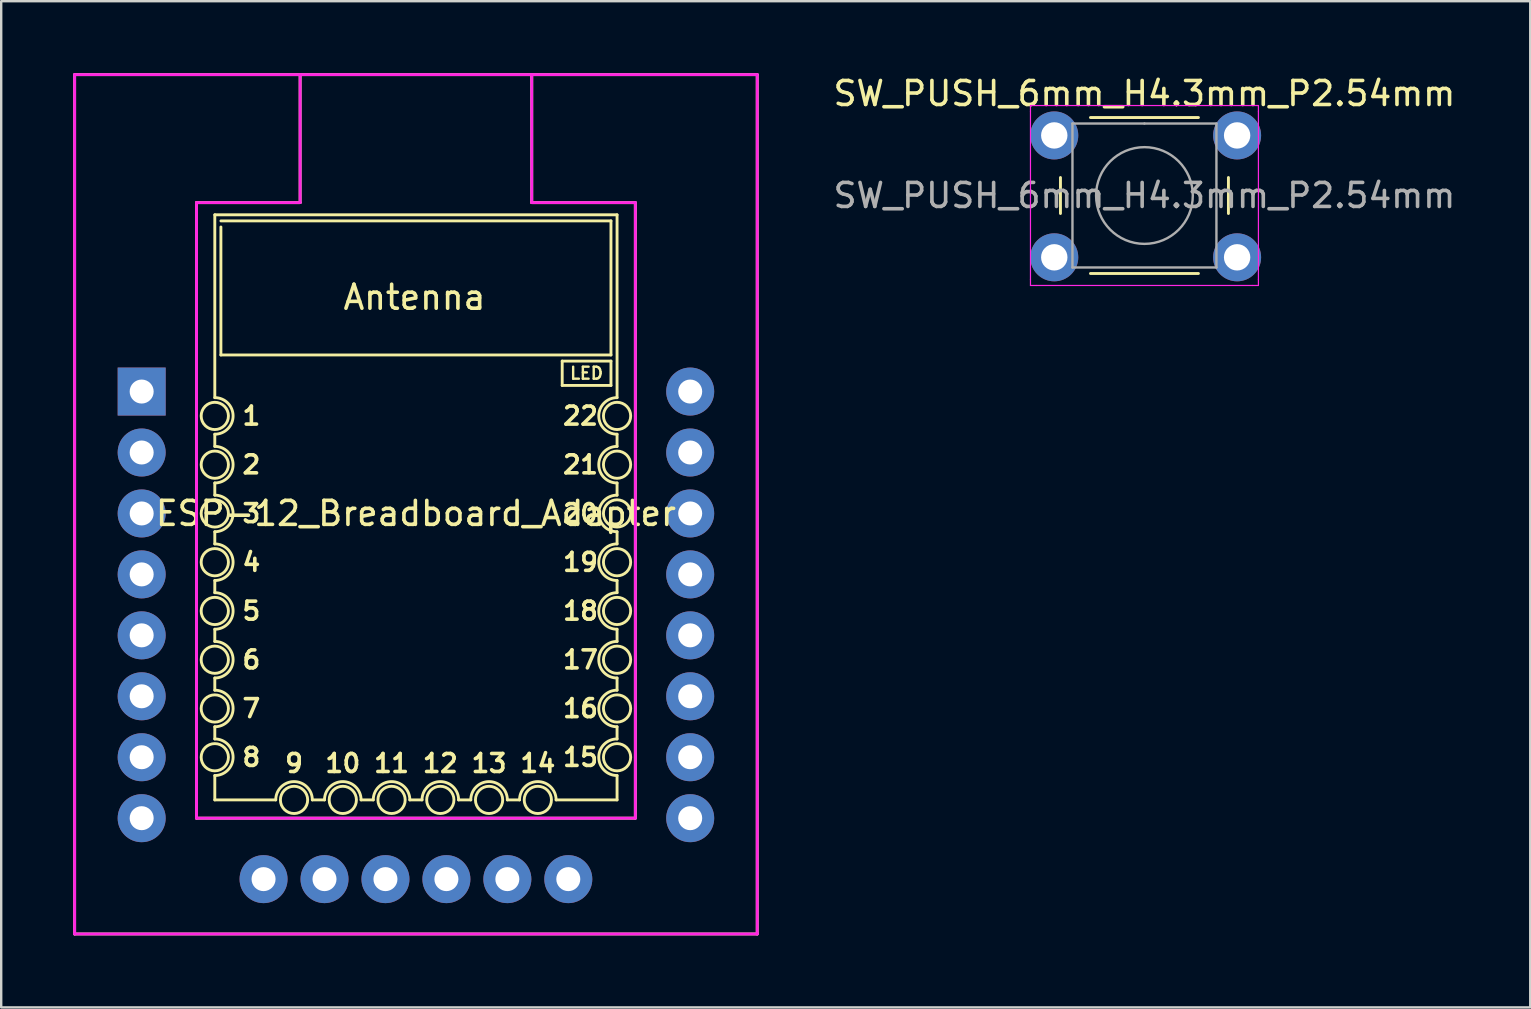
<source format=kicad_pcb>
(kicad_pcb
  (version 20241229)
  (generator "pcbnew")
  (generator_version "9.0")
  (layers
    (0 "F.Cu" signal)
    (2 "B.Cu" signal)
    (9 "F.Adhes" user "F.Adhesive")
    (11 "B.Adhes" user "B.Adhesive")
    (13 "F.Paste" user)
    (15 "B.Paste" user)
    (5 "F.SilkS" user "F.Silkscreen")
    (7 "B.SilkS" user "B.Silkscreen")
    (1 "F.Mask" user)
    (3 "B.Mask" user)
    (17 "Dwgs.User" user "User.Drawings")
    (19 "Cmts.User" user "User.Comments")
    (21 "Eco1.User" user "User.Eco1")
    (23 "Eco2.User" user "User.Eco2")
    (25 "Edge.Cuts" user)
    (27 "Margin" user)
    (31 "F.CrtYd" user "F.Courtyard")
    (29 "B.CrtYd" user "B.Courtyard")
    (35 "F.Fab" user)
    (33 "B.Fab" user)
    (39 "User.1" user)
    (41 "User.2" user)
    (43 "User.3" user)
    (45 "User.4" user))
  (footprint "ESP-12_Breadboard_Adapter"
    (layer "F.Cu")
    (at 2.854 13.268)
    (property "Reference" "ESP-12_Breadboard_Adapter" (at 11.43 5.08 0) (layer "F.SilkS") (effects (font (size 1 1) (thickness 0.15))))
    (attr smd)
    (fp_line (start -2.794 -13.208) (end 25.654 -13.208) (stroke (width 0.12) (type solid)) (layer "F.SilkS"))
    (fp_line (start -2.794 22.606) (end -2.794 -13.208) (stroke (width 0.12) (type solid)) (layer "F.SilkS"))
    (fp_line (start 2.286 -7.874) (end 2.286 17.78) (stroke (width 0.12) (type solid)) (layer "F.SilkS"))
    (fp_line (start 2.286 17.78) (end 20.574 17.78) (stroke (width 0.12) (type solid)) (layer "F.SilkS"))
    (fp_line (start 3.048 -7.366) (end 19.812 -7.366) (stroke (width 0.12) (type solid)) (layer "F.SilkS"))
    (fp_line (start 3.048 0.254) (end 3.048 -7.366) (stroke (width 0.12) (type solid)) (layer "F.SilkS"))
    (fp_line (start 3.048 1.778) (end 3.048 2.286) (stroke (width 0.12) (type solid)) (layer "F.SilkS"))
    (fp_line (start 3.048 3.81) (end 3.048 4.318) (stroke (width 0.12) (type solid)) (layer "F.SilkS"))
    (fp_line (start 3.048 5.842) (end 3.048 6.35) (stroke (width 0.12) (type solid)) (layer "F.SilkS"))
    (fp_line (start 3.048 7.874) (end 3.048 8.382) (stroke (width 0.12) (type solid)) (layer "F.SilkS"))
    (fp_line (start 3.048 9.906) (end 3.048 10.414) (stroke (width 0.12) (type solid)) (layer "F.SilkS"))
    (fp_line (start 3.048 11.938) (end 3.048 12.446) (stroke (width 0.12) (type solid)) (layer "F.SilkS"))
    (fp_line (start 3.048 13.97) (end 3.048 14.478) (stroke (width 0.12) (type solid)) (layer "F.SilkS"))
    (fp_line (start 3.048 16.002) (end 3.048 17.018) (stroke (width 0.12) (type solid)) (layer "F.SilkS"))
    (fp_line (start 3.048 17.018) (end 5.588 17.018) (stroke (width 0.12) (type solid)) (layer "F.SilkS"))
    (fp_line (start 3.302 -6.858) (end 3.302 -1.524) (stroke (width 0.12) (type solid)) (layer "F.SilkS"))
    (fp_line (start 3.302 -1.524) (end 19.558 -1.524) (stroke (width 0.12) (type solid)) (layer "F.SilkS"))
    (fp_line (start 6.604 -13.208) (end 6.604 -7.874) (stroke (width 0.12) (type solid)) (layer "F.SilkS"))
    (fp_line (start 6.604 -7.874) (end 2.286 -7.874) (stroke (width 0.12) (type solid)) (layer "F.SilkS"))
    (fp_line (start 7.112 17.018) (end 7.62 17.018) (stroke (width 0.12) (type solid)) (layer "F.SilkS"))
    (fp_line (start 9.144 17.018) (end 9.652 17.018) (stroke (width 0.12) (type solid)) (layer "F.SilkS"))
    (fp_line (start 11.176 17.018) (end 11.684 17.018) (stroke (width 0.12) (type solid)) (layer "F.SilkS"))
    (fp_line (start 13.208 17.018) (end 13.716 17.018) (stroke (width 0.12) (type solid)) (layer "F.SilkS"))
    (fp_line (start 15.24 17.018) (end 15.748 17.018) (stroke (width 0.12) (type solid)) (layer "F.SilkS"))
    (fp_line (start 16.256 -7.874) (end 16.256 -13.208) (stroke (width 0.12) (type solid)) (layer "F.SilkS"))
    (fp_line (start 17.272 17.018) (end 19.812 17.018) (stroke (width 0.12) (type solid)) (layer "F.SilkS"))
    (fp_line (start 17.526 -1.27) (end 17.526 -0.254) (stroke (width 0.12) (type solid)) (layer "F.SilkS"))
    (fp_line (start 17.526 -0.254) (end 19.558 -0.254) (stroke (width 0.12) (type solid)) (layer "F.SilkS"))
    (fp_line (start 19.558 -7.112) (end 3.302 -7.112) (stroke (width 0.12) (type solid)) (layer "F.SilkS"))
    (fp_line (start 19.558 -1.524) (end 19.558 -7.112) (stroke (width 0.12) (type solid)) (layer "F.SilkS"))
    (fp_line (start 19.558 -1.27) (end 17.526 -1.27) (stroke (width 0.12) (type solid)) (layer "F.SilkS"))
    (fp_line (start 19.558 -0.254) (end 19.558 -1.27) (stroke (width 0.12) (type solid)) (layer "F.SilkS"))
    (fp_line (start 19.812 0.254) (end 19.812 -7.366) (stroke (width 0.12) (type solid)) (layer "F.SilkS"))
    (fp_line (start 19.812 2.286) (end 19.812 1.778) (stroke (width 0.12) (type solid)) (layer "F.SilkS"))
    (fp_line (start 19.812 4.318) (end 19.812 3.81) (stroke (width 0.12) (type solid)) (layer "F.SilkS"))
    (fp_line (start 19.812 6.35) (end 19.812 5.842) (stroke (width 0.12) (type solid)) (layer "F.SilkS"))
    (fp_line (start 19.812 8.382) (end 19.812 7.874) (stroke (width 0.12) (type solid)) (layer "F.SilkS"))
    (fp_line (start 19.812 10.414) (end 19.812 9.906) (stroke (width 0.12) (type solid)) (layer "F.SilkS"))
    (fp_line (start 19.812 12.446) (end 19.812 11.938) (stroke (width 0.12) (type solid)) (layer "F.SilkS"))
    (fp_line (start 19.812 14.478) (end 19.812 13.97) (stroke (width 0.12) (type solid)) (layer "F.SilkS"))
    (fp_line (start 19.812 17.018) (end 19.812 16.002) (stroke (width 0.12) (type solid)) (layer "F.SilkS"))
    (fp_line (start 20.574 -7.874) (end 16.256 -7.874) (stroke (width 0.12) (type solid)) (layer "F.SilkS"))
    (fp_line (start 20.574 17.78) (end 20.574 -7.874) (stroke (width 0.12) (type solid)) (layer "F.SilkS"))
    (fp_line (start 25.654 -13.208) (end 25.654 22.606) (stroke (width 0.12) (type solid)) (layer "F.SilkS"))
    (fp_line (start 25.654 22.606) (end -2.794 22.606) (stroke (width 0.12) (type solid)) (layer "F.SilkS"))
    (fp_arc (start 3.048 0.254) (mid 3.81 1.016) (end 3.048 1.778) (stroke (width 0.12) (type solid)) (layer "F.SilkS"))
    (fp_arc (start 3.048 2.286) (mid 3.81 3.048) (end 3.048 3.81) (stroke (width 0.12) (type solid)) (layer "F.SilkS"))
    (fp_arc (start 3.048 4.318) (mid 3.81 5.08) (end 3.048 5.842) (stroke (width 0.12) (type solid)) (layer "F.SilkS"))
    (fp_arc (start 3.048 6.35) (mid 3.81 7.112) (end 3.048 7.874) (stroke (width 0.12) (type solid)) (layer "F.SilkS"))
    (fp_arc (start 3.048 8.382) (mid 3.81 9.144) (end 3.048 9.906) (stroke (width 0.12) (type solid)) (layer "F.SilkS"))
    (fp_arc (start 3.048 10.414) (mid 3.81 11.176) (end 3.048 11.938) (stroke (width 0.12) (type solid)) (layer "F.SilkS"))
    (fp_arc (start 3.048 12.446) (mid 3.81 13.208) (end 3.048 13.97) (stroke (width 0.12) (type solid)) (layer "F.SilkS"))
    (fp_arc (start 3.048 14.478) (mid 3.81 15.24) (end 3.048 16.002) (stroke (width 0.12) (type solid)) (layer "F.SilkS"))
    (fp_arc (start 5.588 17.018) (mid 6.35 16.256) (end 7.112 17.018) (stroke (width 0.12) (type solid)) (layer "F.SilkS"))
    (fp_arc (start 7.62 17.018) (mid 8.382 16.256) (end 9.144 17.018) (stroke (width 0.12) (type solid)) (layer "F.SilkS"))
    (fp_arc (start 9.652 17.018) (mid 10.414 16.256) (end 11.176 17.018) (stroke (width 0.12) (type solid)) (layer "F.SilkS"))
    (fp_arc (start 11.684 17.018) (mid 12.446 16.256) (end 13.208 17.018) (stroke (width 0.12) (type solid)) (layer "F.SilkS"))
    (fp_arc (start 13.716 17.018) (mid 14.478 16.256) (end 15.24 17.018) (stroke (width 0.12) (type solid)) (layer "F.SilkS"))
    (fp_arc (start 15.748 17.018) (mid 16.51 16.256) (end 17.272 17.018) (stroke (width 0.12) (type solid)) (layer "F.SilkS"))
    (fp_arc (start 19.812 1.778) (mid 19.05 1.016) (end 19.812 0.254) (stroke (width 0.12) (type solid)) (layer "F.SilkS"))
    (fp_arc (start 19.812 3.81) (mid 19.05 3.048) (end 19.812 2.286) (stroke (width 0.12) (type solid)) (layer "F.SilkS"))
    (fp_arc (start 19.812 5.842) (mid 19.05 5.08) (end 19.812 4.318) (stroke (width 0.12) (type solid)) (layer "F.SilkS"))
    (fp_arc (start 19.812 7.874) (mid 19.05 7.112) (end 19.812 6.35) (stroke (width 0.12) (type solid)) (layer "F.SilkS"))
    (fp_arc (start 19.812 9.906) (mid 19.05 9.144) (end 19.812 8.382) (stroke (width 0.12) (type solid)) (layer "F.SilkS"))
    (fp_arc (start 19.812 11.938) (mid 19.05 11.176) (end 19.812 10.414) (stroke (width 0.12) (type solid)) (layer "F.SilkS"))
    (fp_arc (start 19.812 13.97) (mid 19.05 13.208) (end 19.812 12.446) (stroke (width 0.12) (type solid)) (layer "F.SilkS"))
    (fp_arc (start 19.812 16.002) (mid 19.05 15.24) (end 19.812 14.478) (stroke (width 0.12) (type solid)) (layer "F.SilkS"))
    (fp_circle (center 3.048 1.016) (end 3.302 1.524) (stroke (width 0.12) (type solid)) (fill no) (layer "F.SilkS"))
    (fp_circle (center 3.048 3.048) (end 3.302 3.556) (stroke (width 0.12) (type solid)) (fill no) (layer "F.SilkS"))
    (fp_circle (center 3.048 5.08) (end 3.302 5.588) (stroke (width 0.12) (type solid)) (fill no) (layer "F.SilkS"))
    (fp_circle (center 3.048 7.112) (end 3.302 7.62) (stroke (width 0.12) (type solid)) (fill no) (layer "F.SilkS"))
    (fp_circle (center 3.048 9.144) (end 3.302 9.652) (stroke (width 0.12) (type solid)) (fill no) (layer "F.SilkS"))
    (fp_circle (center 3.048 11.176) (end 3.302 11.684) (stroke (width 0.12) (type solid)) (fill no) (layer "F.SilkS"))
    (fp_circle (center 3.048 13.208) (end 3.302 13.716) (stroke (width 0.12) (type solid)) (fill no) (layer "F.SilkS"))
    (fp_circle (center 3.048 15.24) (end 3.302 15.748) (stroke (width 0.12) (type solid)) (fill no) (layer "F.SilkS"))
    (fp_circle (center 6.35 17.018) (end 6.604 17.526) (stroke (width 0.12) (type solid)) (fill no) (layer "F.SilkS"))
    (fp_circle (center 8.382 17.018) (end 8.636 17.526) (stroke (width 0.12) (type solid)) (fill no) (layer "F.SilkS"))
    (fp_circle (center 10.414 17.018) (end 10.668 17.526) (stroke (width 0.12) (type solid)) (fill no) (layer "F.SilkS"))
    (fp_circle (center 12.446 17.018) (end 12.7 17.526) (stroke (width 0.12) (type solid)) (fill no) (layer "F.SilkS"))
    (fp_circle (center 14.478 17.018) (end 14.732 17.526) (stroke (width 0.12) (type solid)) (fill no) (layer "F.SilkS"))
    (fp_circle (center 16.51 17.018) (end 16.764 17.526) (stroke (width 0.12) (type solid)) (fill no) (layer "F.SilkS"))
    (fp_circle (center 19.812 1.016) (end 20.066 1.524) (stroke (width 0.12) (type solid)) (fill no) (layer "F.SilkS"))
    (fp_circle (center 19.812 3.048) (end 20.066 3.556) (stroke (width 0.12) (type solid)) (fill no) (layer "F.SilkS"))
    (fp_circle (center 19.812 5.08) (end 20.066 5.588) (stroke (width 0.12) (type solid)) (fill no) (layer "F.SilkS"))
    (fp_circle (center 19.812 7.112) (end 20.066 7.62) (stroke (width 0.12) (type solid)) (fill no) (layer "F.SilkS"))
    (fp_circle (center 19.812 9.144) (end 20.066 9.652) (stroke (width 0.12) (type solid)) (fill no) (layer "F.SilkS"))
    (fp_circle (center 19.812 11.176) (end 20.066 11.684) (stroke (width 0.12) (type solid)) (fill no) (layer "F.SilkS"))
    (fp_circle (center 19.812 13.208) (end 20.066 13.716) (stroke (width 0.12) (type solid)) (fill no) (layer "F.SilkS"))
    (fp_circle (center 19.812 15.24) (end 20.066 15.748) (stroke (width 0.12) (type solid)) (fill no) (layer "F.SilkS"))
    (fp_line (start -2.794 -13.208) (end 25.654 -13.208) (stroke (width 0.12) (type solid)) (layer "F.CrtYd"))
    (fp_line (start -2.794 22.606) (end -2.794 -13.208) (stroke (width 0.12) (type solid)) (layer "F.CrtYd"))
    (fp_line (start 2.286 -7.874) (end 6.604 -7.874) (stroke (width 0.12) (type solid)) (layer "F.CrtYd"))
    (fp_line (start 2.286 17.78) (end 2.286 -7.874) (stroke (width 0.12) (type solid)) (layer "F.CrtYd"))
    (fp_line (start 6.604 -7.874) (end 6.604 -13.208) (stroke (width 0.12) (type solid)) (layer "F.CrtYd"))
    (fp_line (start 16.256 -13.208) (end 16.256 -7.874) (stroke (width 0.12) (type solid)) (layer "F.CrtYd"))
    (fp_line (start 16.256 -7.874) (end 20.574 -7.874) (stroke (width 0.12) (type solid)) (layer "F.CrtYd"))
    (fp_line (start 20.574 -7.874) (end 20.574 17.78) (stroke (width 0.12) (type solid)) (layer "F.CrtYd"))
    (fp_line (start 20.574 17.78) (end 2.286 17.78) (stroke (width 0.12) (type solid)) (layer "F.CrtYd"))
    (fp_line (start 25.654 -13.208) (end 25.654 22.606) (stroke (width 0.12) (type solid)) (layer "F.CrtYd"))
    (fp_line (start 25.654 22.606) (end -2.794 22.606) (stroke (width 0.12) (type solid)) (layer "F.CrtYd"))
    (fp_text user "8" (at 4.572 15.24 0) (layer "F.SilkS") (effects (font (size 0.75 0.75) (thickness 0.15))))
    (fp_text user "22" (at 18.288 1.016 0) (layer "F.SilkS") (effects (font (size 0.75 0.75) (thickness 0.15))))
    (fp_text user "14" (at 16.51 15.494 0) (layer "F.SilkS") (effects (font (size 0.75 0.75) (thickness 0.15))))
    (fp_text user "Antenna" (at 11.37 -3.928 180) (layer "F.SilkS") (effects (font (size 1 1) (thickness 0.15))))
    (fp_text user "13" (at 14.478 15.494 0) (layer "F.SilkS") (effects (font (size 0.75 0.75) (thickness 0.15))))
    (fp_text user "3" (at 4.572 5.08 0) (layer "F.SilkS") (effects (font (size 0.75 0.75) (thickness 0.15))))
    (fp_text user "9" (at 6.35 15.494 0) (layer "F.SilkS") (effects (font (size 0.75 0.75) (thickness 0.15))))
    (fp_text user "17" (at 18.288 11.176 0) (layer "F.SilkS") (effects (font (size 0.75 0.75) (thickness 0.15))))
    (fp_text user "7" (at 4.572 13.208 0) (layer "F.SilkS") (effects (font (size 0.75 0.75) (thickness 0.15))))
    (fp_text user "2" (at 4.572 3.048 0) (layer "F.SilkS") (effects (font (size 0.75 0.75) (thickness 0.15))))
    (fp_text user "12" (at 12.446 15.494 0) (layer "F.SilkS") (effects (font (size 0.75 0.75) (thickness 0.15))))
    (fp_text user "LED" (at 18.542 -0.762 0) (layer "F.SilkS") (effects (font (size 0.5 0.5) (thickness 0.1))))
    (fp_text user "1" (at 4.572 1.016 0) (layer "F.SilkS") (effects (font (size 0.75 0.75) (thickness 0.15))))
    (fp_text user "18" (at 18.288 9.144 0) (layer "F.SilkS") (effects (font (size 0.75 0.75) (thickness 0.15))))
    (fp_text user "11" (at 10.414 15.494 0) (layer "F.SilkS") (effects (font (size 0.75 0.75) (thickness 0.15))))
    (fp_text user "6" (at 4.572 11.176 0) (layer "F.SilkS") (effects (font (size 0.75 0.75) (thickness 0.15))))
    (fp_text user "10" (at 8.382 15.494 0) (layer "F.SilkS") (effects (font (size 0.75 0.75) (thickness 0.15))))
    (fp_text user "16" (at 18.288 13.208 0) (layer "F.SilkS") (effects (font (size 0.75 0.75) (thickness 0.15))))
    (fp_text user "20" (at 18.288 5.08 0) (layer "F.SilkS") (effects (font (size 0.75 0.75) (thickness 0.15))))
    (fp_text user "5" (at 4.572 9.144 0) (layer "F.SilkS") (effects (font (size 0.75 0.75) (thickness 0.15))))
    (fp_text user "21" (at 18.288 3.048 0) (layer "F.SilkS") (effects (font (size 0.75 0.75) (thickness 0.15))))
    (fp_text user "15" (at 18.288 15.24 0) (layer "F.SilkS") (effects (font (size 0.75 0.75) (thickness 0.15))))
    (fp_text user "4" (at 4.572 7.112 0) (layer "F.SilkS") (effects (font (size 0.75 0.75) (thickness 0.15))))
    (fp_text user "19" (at 18.288 7.112 0) (layer "F.SilkS") (effects (font (size 0.75 0.75) (thickness 0.15))))
    (pad "1" thru_hole rect (at 0 0) (size 2 2) (drill 1) (layers "*.Cu" "*.Mask"))
    (pad "2" thru_hole circle (at 0 2.54) (size 2 2) (drill 1) (layers "*.Cu" "*.Mask"))
    (pad "3" thru_hole circle (at 0 5.08) (size 2 2) (drill 1) (layers "*.Cu" "*.Mask"))
    (pad "4" thru_hole circle (at 0 7.62) (size 2 2) (drill 1) (layers "*.Cu" "*.Mask"))
    (pad "5" thru_hole circle (at 0 10.16) (size 2 2) (drill 1) (layers "*.Cu" "*.Mask"))
    (pad "6" thru_hole circle (at 0 12.7) (size 2 2) (drill 1) (layers "*.Cu" "*.Mask"))
    (pad "7" thru_hole circle (at 0 15.24) (size 2 2) (drill 1) (layers "*.Cu" "*.Mask"))
    (pad "8" thru_hole circle (at 0 17.78) (size 2 2) (drill 1) (layers "*.Cu" "*.Mask"))
    (pad "9" thru_hole circle (at 5.08 20.32) (size 2 2) (drill 1) (layers "*.Cu" "*.Mask"))
    (pad "10" thru_hole circle (at 7.62 20.32) (size 2 2) (drill 1) (layers "*.Cu" "*.Mask"))
    (pad "11" thru_hole circle (at 10.16 20.32) (size 2 2) (drill 1) (layers "*.Cu" "*.Mask"))
    (pad "12" thru_hole circle (at 12.7 20.32) (size 2 2) (drill 1) (layers "*.Cu" "*.Mask"))
    (pad "13" thru_hole circle (at 15.24 20.32) (size 2 2) (drill 1) (layers "*.Cu" "*.Mask"))
    (pad "14" thru_hole circle (at 17.78 20.32) (size 2 2) (drill 1) (layers "*.Cu" "*.Mask"))
    (pad "15" thru_hole circle (at 22.86 17.78) (size 2 2) (drill 1) (layers "*.Cu" "*.Mask"))
    (pad "16" thru_hole circle (at 22.86 15.24) (size 2 2) (drill 1) (layers "*.Cu" "*.Mask"))
    (pad "17" thru_hole circle (at 22.86 12.7) (size 2 2) (drill 1) (layers "*.Cu" "*.Mask"))
    (pad "18" thru_hole circle (at 22.86 10.16) (size 2 2) (drill 1) (layers "*.Cu" "*.Mask"))
    (pad "19" thru_hole circle (at 22.86 7.62) (size 2 2) (drill 1) (layers "*.Cu" "*.Mask"))
    (pad "20" thru_hole circle (at 22.86 5.08) (size 2 2) (drill 1) (layers "*.Cu" "*.Mask"))
    (pad "21" thru_hole circle (at 22.86 2.54) (size 2 2) (drill 1) (layers "*.Cu" "*.Mask"))
    (pad "22" thru_hole circle (at 22.86 0) (size 2 2) (drill 1) (layers "*.Cu" "*.Mask")))
  (footprint "SW_PUSH_6mm_H4.3mm_P2.54mm"
    (layer "F.Cu")
    (at 40.887 2.721)
    (property "Reference" "SW_PUSH_6mm_H4.3mm_P2.54mm" (at 3.758 -1.873 0) (layer "F.SilkS") (effects (font (size 1 1) (thickness 0.15))))
    (attr through_hole)
    (fp_line (start 0.258 1.627) (end 0.258 3.127) (stroke (width 0.12) (type solid)) (layer "F.SilkS"))
    (fp_line (start 1.508 5.627) (end 6.008 5.627) (stroke (width 0.12) (type solid)) (layer "F.SilkS"))
    (fp_line (start 6.008 -0.873) (end 1.508 -0.873) (stroke (width 0.12) (type solid)) (layer "F.SilkS"))
    (fp_line (start 7.258 3.127) (end 7.258 1.627) (stroke (width 0.12) (type solid)) (layer "F.SilkS"))
    (fp_line (start -0.992 -1.373) (end -0.742 -1.373) (stroke (width 0.05) (type solid)) (layer "F.CrtYd"))
    (fp_line (start -0.992 -1.123) (end -0.992 -1.373) (stroke (width 0.05) (type solid)) (layer "F.CrtYd"))
    (fp_line (start -0.992 5.877) (end -0.992 -1.123) (stroke (width 0.05) (type solid)) (layer "F.CrtYd"))
    (fp_line (start -0.992 5.877) (end -0.992 6.127) (stroke (width 0.05) (type solid)) (layer "F.CrtYd"))
    (fp_line (start -0.992 6.127) (end -0.742 6.127) (stroke (width 0.05) (type solid)) (layer "F.CrtYd"))
    (fp_line (start -0.742 -1.373) (end 8.258 -1.373) (stroke (width 0.05) (type solid)) (layer "F.CrtYd"))
    (fp_line (start 8.258 -1.373) (end 8.508 -1.373) (stroke (width 0.05) (type solid)) (layer "F.CrtYd"))
    (fp_line (start 8.258 6.127) (end -0.742 6.127) (stroke (width 0.05) (type solid)) (layer "F.CrtYd"))
    (fp_line (start 8.258 6.127) (end 8.508 6.127) (stroke (width 0.05) (type solid)) (layer "F.CrtYd"))
    (fp_line (start 8.508 -1.373) (end 8.508 -1.123) (stroke (width 0.05) (type solid)) (layer "F.CrtYd"))
    (fp_line (start 8.508 -1.123) (end 8.508 5.877) (stroke (width 0.05) (type solid)) (layer "F.CrtYd"))
    (fp_line (start 8.508 6.127) (end 8.508 5.877) (stroke (width 0.05) (type solid)) (layer "F.CrtYd"))
    (fp_line (start 0.758 -0.623) (end 3.758 -0.623) (stroke (width 0.1) (type solid)) (layer "F.Fab"))
    (fp_line (start 0.758 5.377) (end 0.758 -0.623) (stroke (width 0.1) (type solid)) (layer "F.Fab"))
    (fp_line (start 3.758 -0.623) (end 6.758 -0.623) (stroke (width 0.1) (type solid)) (layer "F.Fab"))
    (fp_line (start 6.758 -0.623) (end 6.758 5.377) (stroke (width 0.1) (type solid)) (layer "F.Fab"))
    (fp_line (start 6.758 5.377) (end 0.758 5.377) (stroke (width 0.1) (type solid)) (layer "F.Fab"))
    (fp_circle (center 3.758 2.377) (end 1.758 2.627) (stroke (width 0.1) (type solid)) (fill no) (layer "F.Fab"))
    (fp_text user "${REFERENCE}" (at 3.758 2.377 0) (layer "F.Fab") (effects (font (size 1 1) (thickness 0.15))))
    (pad "1" thru_hole circle (at 0 -0.127 90) (size 2 2) (drill 1.1) (layers "*.Cu" "*.Mask"))
    (pad "1" thru_hole circle (at 7.62 -0.127 90) (size 2 2) (drill 1.1) (layers "*.Cu" "*.Mask"))
    (pad "2" thru_hole circle (at 0 4.953 90) (size 2 2) (drill 1.1) (layers "*.Cu" "*.Mask"))
    (pad "2" thru_hole circle (at 7.62 4.953 90) (size 2 2) (drill 1.1) (layers "*.Cu" "*.Mask")))
  (gr_rect
    (start -3 -3)
    (end 60.723 38.934)
    (stroke (width 0.1) (type default))
    (fill no)
    (layer "Edge.Cuts")))
</source>
